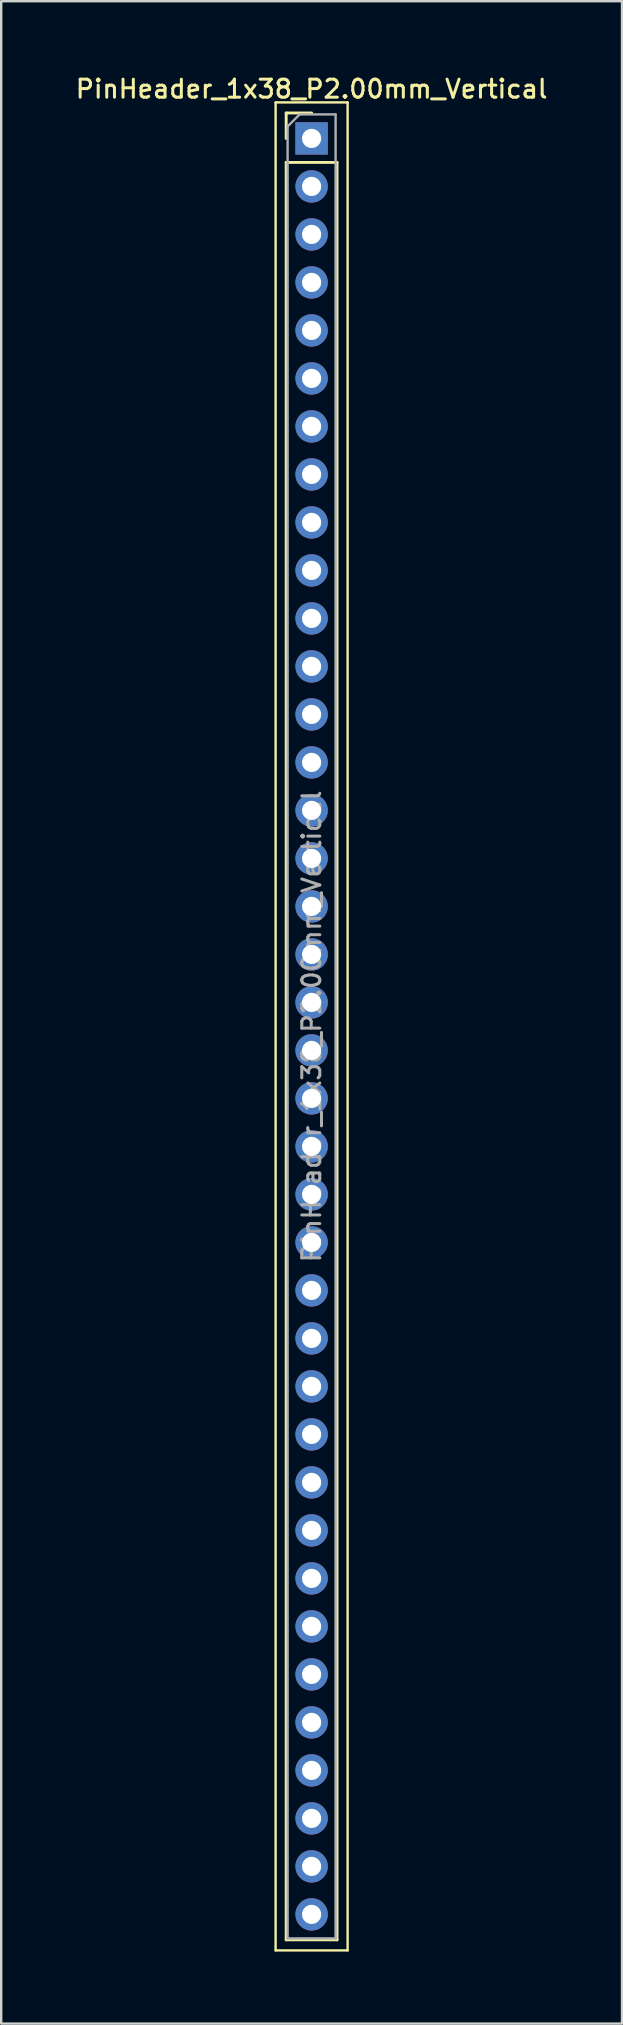
<source format=kicad_pcb>
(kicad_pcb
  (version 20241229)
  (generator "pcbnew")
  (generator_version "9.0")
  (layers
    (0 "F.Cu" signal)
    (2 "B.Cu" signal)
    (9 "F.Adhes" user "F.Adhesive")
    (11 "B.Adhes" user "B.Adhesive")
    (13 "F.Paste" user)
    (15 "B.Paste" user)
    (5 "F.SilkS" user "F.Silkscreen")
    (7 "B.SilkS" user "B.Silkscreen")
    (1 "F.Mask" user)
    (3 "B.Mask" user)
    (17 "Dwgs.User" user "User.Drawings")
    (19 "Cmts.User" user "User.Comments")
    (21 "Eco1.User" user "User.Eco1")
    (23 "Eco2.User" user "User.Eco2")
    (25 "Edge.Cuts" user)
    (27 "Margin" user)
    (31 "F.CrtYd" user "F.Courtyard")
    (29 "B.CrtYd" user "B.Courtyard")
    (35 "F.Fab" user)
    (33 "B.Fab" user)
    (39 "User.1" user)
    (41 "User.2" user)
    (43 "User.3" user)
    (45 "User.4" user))
  (footprint "PinHeader_1x38_P2.00mm_Vertical"
    (layer "F.Cu")
    (at 9.934 2.718)
    (property "Reference" "PinHeader_1x38_P2.00mm_Vertical" (at 0 -2.06 0) (layer "F.SilkS") (effects (font (size 0.75 0.75) (thickness 0.125))))
    (attr through_hole)
    (fp_line (start -1.5 -1.5) (end -1.5 75.5) (stroke (width 0.1) (type solid)) (layer "F.SilkS"))
    (fp_line (start -1.5 75.5) (end 1.5 75.5) (stroke (width 0.1) (type solid)) (layer "F.SilkS"))
    (fp_line (start -1.06 -1.06) (end 0 -1.06) (stroke (width 0.12) (type solid)) (layer "F.SilkS"))
    (fp_line (start -1.06 0) (end -1.06 -1.06) (stroke (width 0.12) (type solid)) (layer "F.SilkS"))
    (fp_line (start -1.06 1) (end -1.06 75.06) (stroke (width 0.12) (type solid)) (layer "F.SilkS"))
    (fp_line (start -1.06 1) (end 1.06 1) (stroke (width 0.12) (type solid)) (layer "F.SilkS"))
    (fp_line (start -1.06 75.06) (end 1.06 75.06) (stroke (width 0.12) (type solid)) (layer "F.SilkS"))
    (fp_line (start 1.06 1) (end 1.06 75.06) (stroke (width 0.12) (type solid)) (layer "F.SilkS"))
    (fp_line (start 1.5 -1.5) (end -1.5 -1.5) (stroke (width 0.1) (type solid)) (layer "F.SilkS"))
    (fp_line (start 1.5 75.5) (end 1.5 -1.5) (stroke (width 0.1) (type solid)) (layer "F.SilkS"))
    (fp_line (start -1 -0.5) (end -0.5 -1) (stroke (width 0.1) (type solid)) (layer "F.Fab"))
    (fp_line (start -1 75) (end -1 -0.5) (stroke (width 0.1) (type solid)) (layer "F.Fab"))
    (fp_line (start -0.5 -1) (end 1 -1) (stroke (width 0.1) (type solid)) (layer "F.Fab"))
    (fp_line (start 1 -1) (end 1 75) (stroke (width 0.1) (type solid)) (layer "F.Fab"))
    (fp_line (start 1 75) (end -1 75) (stroke (width 0.1) (type solid)) (layer "F.Fab"))
    (fp_text user "${REFERENCE}" (at 0 37 90) (layer "F.Fab") (effects (font (size 0.75 0.75) (thickness 0.125))))
    (pad "1" thru_hole rect (at 0 0) (size 1.35 1.35) (drill 0.8) (layers "*.Cu" "*.Mask"))
    (pad "2" thru_hole oval (at 0 2) (size 1.35 1.35) (drill 0.8) (layers "*.Cu" "*.Mask"))
    (pad "3" thru_hole oval (at 0 4) (size 1.35 1.35) (drill 0.8) (layers "*.Cu" "*.Mask"))
    (pad "4" thru_hole oval (at 0 6) (size 1.35 1.35) (drill 0.8) (layers "*.Cu" "*.Mask"))
    (pad "5" thru_hole oval (at 0 8) (size 1.35 1.35) (drill 0.8) (layers "*.Cu" "*.Mask"))
    (pad "6" thru_hole oval (at 0 10) (size 1.35 1.35) (drill 0.8) (layers "*.Cu" "*.Mask"))
    (pad "7" thru_hole oval (at 0 12) (size 1.35 1.35) (drill 0.8) (layers "*.Cu" "*.Mask"))
    (pad "8" thru_hole oval (at 0 14) (size 1.35 1.35) (drill 0.8) (layers "*.Cu" "*.Mask"))
    (pad "9" thru_hole oval (at 0 16) (size 1.35 1.35) (drill 0.8) (layers "*.Cu" "*.Mask"))
    (pad "10" thru_hole oval (at 0 18) (size 1.35 1.35) (drill 0.8) (layers "*.Cu" "*.Mask"))
    (pad "11" thru_hole oval (at 0 20) (size 1.35 1.35) (drill 0.8) (layers "*.Cu" "*.Mask"))
    (pad "12" thru_hole oval (at 0 22) (size 1.35 1.35) (drill 0.8) (layers "*.Cu" "*.Mask"))
    (pad "13" thru_hole oval (at 0 24) (size 1.35 1.35) (drill 0.8) (layers "*.Cu" "*.Mask"))
    (pad "14" thru_hole oval (at 0 26) (size 1.35 1.35) (drill 0.8) (layers "*.Cu" "*.Mask"))
    (pad "15" thru_hole oval (at 0 28) (size 1.35 1.35) (drill 0.8) (layers "*.Cu" "*.Mask"))
    (pad "16" thru_hole oval (at 0 30) (size 1.35 1.35) (drill 0.8) (layers "*.Cu" "*.Mask"))
    (pad "17" thru_hole oval (at 0 32) (size 1.35 1.35) (drill 0.8) (layers "*.Cu" "*.Mask"))
    (pad "18" thru_hole oval (at 0 34) (size 1.35 1.35) (drill 0.8) (layers "*.Cu" "*.Mask"))
    (pad "19" thru_hole oval (at 0 36) (size 1.35 1.35) (drill 0.8) (layers "*.Cu" "*.Mask"))
    (pad "20" thru_hole oval (at 0 38) (size 1.35 1.35) (drill 0.8) (layers "*.Cu" "*.Mask"))
    (pad "21" thru_hole oval (at 0 40) (size 1.35 1.35) (drill 0.8) (layers "*.Cu" "*.Mask"))
    (pad "22" thru_hole oval (at 0 42) (size 1.35 1.35) (drill 0.8) (layers "*.Cu" "*.Mask"))
    (pad "23" thru_hole oval (at 0 44) (size 1.35 1.35) (drill 0.8) (layers "*.Cu" "*.Mask"))
    (pad "24" thru_hole oval (at 0 46) (size 1.35 1.35) (drill 0.8) (layers "*.Cu" "*.Mask"))
    (pad "25" thru_hole oval (at 0 48) (size 1.35 1.35) (drill 0.8) (layers "*.Cu" "*.Mask"))
    (pad "26" thru_hole oval (at 0 50) (size 1.35 1.35) (drill 0.8) (layers "*.Cu" "*.Mask"))
    (pad "27" thru_hole oval (at 0 52) (size 1.35 1.35) (drill 0.8) (layers "*.Cu" "*.Mask"))
    (pad "28" thru_hole oval (at 0 54) (size 1.35 1.35) (drill 0.8) (layers "*.Cu" "*.Mask"))
    (pad "29" thru_hole oval (at 0 56) (size 1.35 1.35) (drill 0.8) (layers "*.Cu" "*.Mask"))
    (pad "30" thru_hole oval (at 0 58) (size 1.35 1.35) (drill 0.8) (layers "*.Cu" "*.Mask"))
    (pad "31" thru_hole oval (at 0 60) (size 1.35 1.35) (drill 0.8) (layers "*.Cu" "*.Mask"))
    (pad "32" thru_hole oval (at 0 62) (size 1.35 1.35) (drill 0.8) (layers "*.Cu" "*.Mask"))
    (pad "33" thru_hole oval (at 0 64) (size 1.35 1.35) (drill 0.8) (layers "*.Cu" "*.Mask"))
    (pad "34" thru_hole oval (at 0 66) (size 1.35 1.35) (drill 0.8) (layers "*.Cu" "*.Mask"))
    (pad "35" thru_hole oval (at 0 68) (size 1.35 1.35) (drill 0.8) (layers "*.Cu" "*.Mask"))
    (pad "36" thru_hole oval (at 0 70) (size 1.35 1.35) (drill 0.8) (layers "*.Cu" "*.Mask"))
    (pad "37" thru_hole oval (at 0 72) (size 1.35 1.35) (drill 0.8) (layers "*.Cu" "*.Mask"))
    (pad "38" thru_hole oval (at 0 74) (size 1.35 1.35) (drill 0.8) (layers "*.Cu" "*.Mask")))
  (gr_rect
    (start -3 -3)
    (end 22.868 81.268)
    (stroke (width 0.1) (type default))
    (fill no)
    (layer "Edge.Cuts")))
</source>
